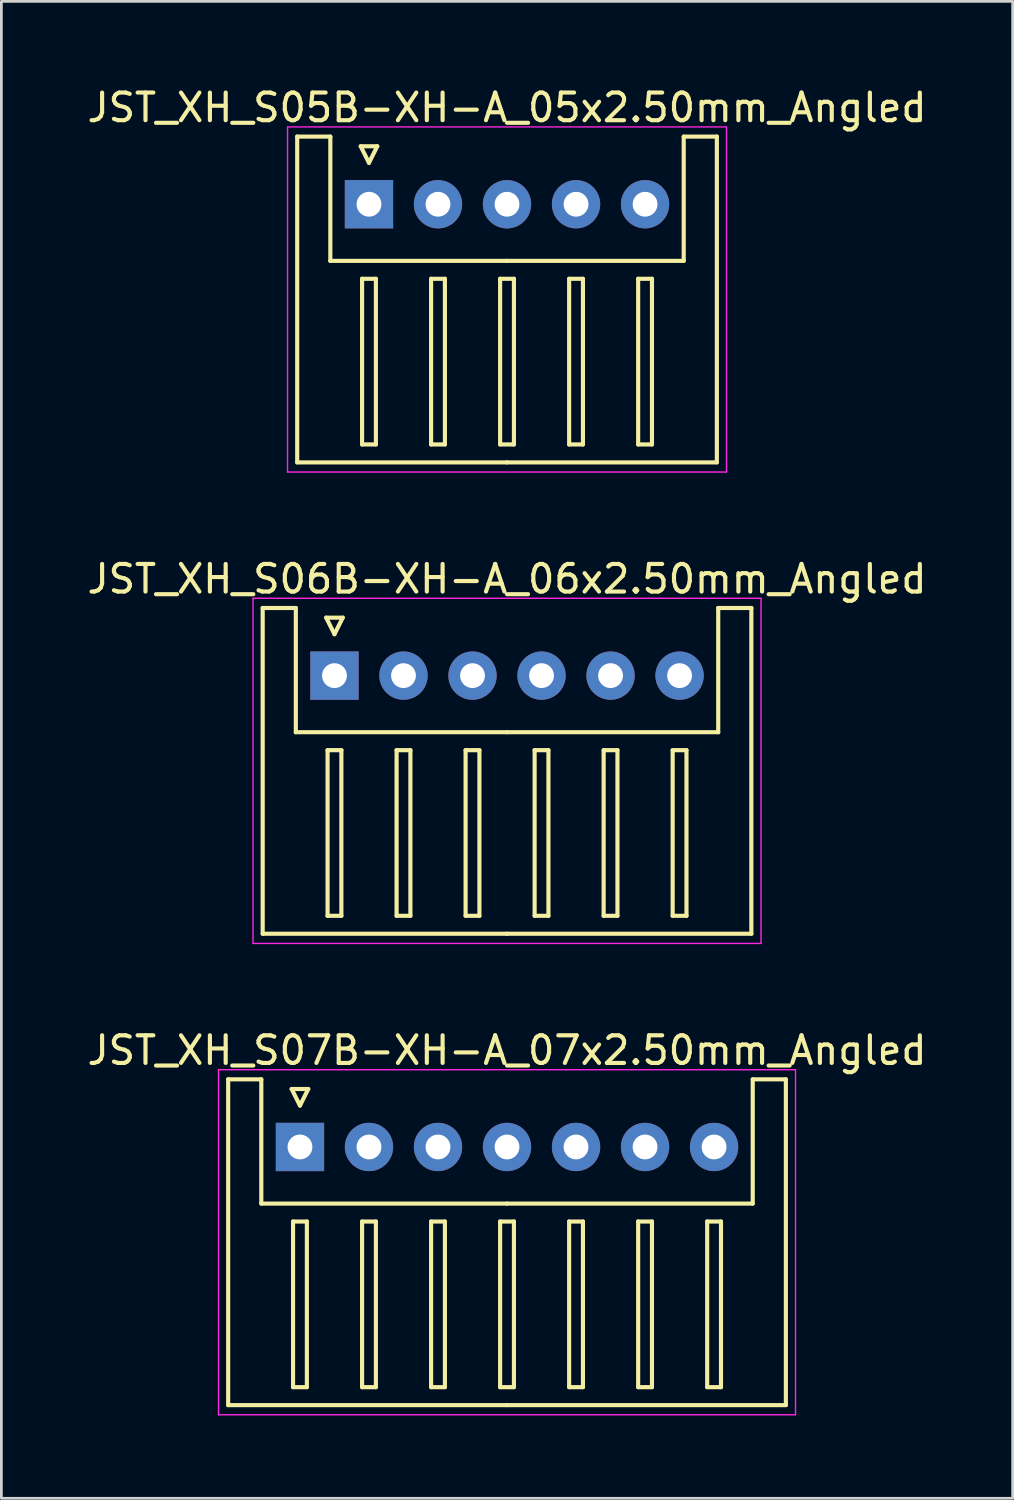
<source format=kicad_pcb>
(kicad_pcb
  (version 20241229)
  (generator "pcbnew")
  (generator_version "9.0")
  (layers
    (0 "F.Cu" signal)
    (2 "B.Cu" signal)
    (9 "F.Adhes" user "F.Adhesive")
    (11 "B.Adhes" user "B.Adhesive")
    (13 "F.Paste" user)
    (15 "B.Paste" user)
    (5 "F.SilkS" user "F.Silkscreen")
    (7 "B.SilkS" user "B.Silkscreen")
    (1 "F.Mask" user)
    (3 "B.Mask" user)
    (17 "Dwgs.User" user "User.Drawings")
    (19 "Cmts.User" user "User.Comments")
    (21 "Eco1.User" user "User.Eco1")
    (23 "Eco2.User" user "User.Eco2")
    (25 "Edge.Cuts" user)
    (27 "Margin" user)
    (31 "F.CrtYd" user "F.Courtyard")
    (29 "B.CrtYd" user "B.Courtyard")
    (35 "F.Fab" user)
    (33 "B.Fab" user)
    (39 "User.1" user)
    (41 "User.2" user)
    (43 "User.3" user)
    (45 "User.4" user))
  (footprint "JST_XH_S06B-XH-A_06x2.50mm_Angled"
    (layer "F.Cu")
    (at 9.065 21.422)
    (property "Reference" "JST_XH_S06B-XH-A_06x2.50mm_Angled" (at 6.25 -3.5 0) (layer "F.SilkS") (effects (font (size 1 1) (thickness 0.15))))
    (attr through_hole)
    (fp_line (start -2.6 -2.45) (end -1.4 -2.45) (stroke (width 0.15) (type solid)) (layer "F.SilkS"))
    (fp_line (start -2.6 9.35) (end -2.6 -2.45) (stroke (width 0.15) (type solid)) (layer "F.SilkS"))
    (fp_line (start -1.4 -2.45) (end -1.4 2.05) (stroke (width 0.15) (type solid)) (layer "F.SilkS"))
    (fp_line (start -1.4 2.05) (end 6.25 2.05) (stroke (width 0.15) (type solid)) (layer "F.SilkS"))
    (fp_line (start -0.3 -2.1) (end 0.3 -2.1) (stroke (width 0.15) (type solid)) (layer "F.SilkS"))
    (fp_line (start -0.25 2.7) (end -0.25 8.7) (stroke (width 0.15) (type solid)) (layer "F.SilkS"))
    (fp_line (start -0.25 8.7) (end 0.25 8.7) (stroke (width 0.15) (type solid)) (layer "F.SilkS"))
    (fp_line (start 0 -1.5) (end -0.3 -2.1) (stroke (width 0.15) (type solid)) (layer "F.SilkS"))
    (fp_line (start 0.25 2.7) (end -0.25 2.7) (stroke (width 0.15) (type solid)) (layer "F.SilkS"))
    (fp_line (start 0.25 8.7) (end 0.25 2.7) (stroke (width 0.15) (type solid)) (layer "F.SilkS"))
    (fp_line (start 0.3 -2.1) (end 0 -1.5) (stroke (width 0.15) (type solid)) (layer "F.SilkS"))
    (fp_line (start 2.25 2.7) (end 2.25 8.7) (stroke (width 0.15) (type solid)) (layer "F.SilkS"))
    (fp_line (start 2.25 8.7) (end 2.75 8.7) (stroke (width 0.15) (type solid)) (layer "F.SilkS"))
    (fp_line (start 2.75 2.7) (end 2.25 2.7) (stroke (width 0.15) (type solid)) (layer "F.SilkS"))
    (fp_line (start 2.75 8.7) (end 2.75 2.7) (stroke (width 0.15) (type solid)) (layer "F.SilkS"))
    (fp_line (start 4.75 2.7) (end 4.75 8.7) (stroke (width 0.15) (type solid)) (layer "F.SilkS"))
    (fp_line (start 4.75 8.7) (end 5.25 8.7) (stroke (width 0.15) (type solid)) (layer "F.SilkS"))
    (fp_line (start 5.25 2.7) (end 4.75 2.7) (stroke (width 0.15) (type solid)) (layer "F.SilkS"))
    (fp_line (start 5.25 8.7) (end 5.25 2.7) (stroke (width 0.15) (type solid)) (layer "F.SilkS"))
    (fp_line (start 6.25 9.35) (end -2.6 9.35) (stroke (width 0.15) (type solid)) (layer "F.SilkS"))
    (fp_line (start 6.25 9.35) (end 15.1 9.35) (stroke (width 0.15) (type solid)) (layer "F.SilkS"))
    (fp_line (start 7.25 2.7) (end 7.25 8.7) (stroke (width 0.15) (type solid)) (layer "F.SilkS"))
    (fp_line (start 7.25 8.7) (end 7.75 8.7) (stroke (width 0.15) (type solid)) (layer "F.SilkS"))
    (fp_line (start 7.75 2.7) (end 7.25 2.7) (stroke (width 0.15) (type solid)) (layer "F.SilkS"))
    (fp_line (start 7.75 8.7) (end 7.75 2.7) (stroke (width 0.15) (type solid)) (layer "F.SilkS"))
    (fp_line (start 9.75 2.7) (end 9.75 8.7) (stroke (width 0.15) (type solid)) (layer "F.SilkS"))
    (fp_line (start 9.75 8.7) (end 10.25 8.7) (stroke (width 0.15) (type solid)) (layer "F.SilkS"))
    (fp_line (start 10.25 2.7) (end 9.75 2.7) (stroke (width 0.15) (type solid)) (layer "F.SilkS"))
    (fp_line (start 10.25 8.7) (end 10.25 2.7) (stroke (width 0.15) (type solid)) (layer "F.SilkS"))
    (fp_line (start 12.25 2.7) (end 12.25 8.7) (stroke (width 0.15) (type solid)) (layer "F.SilkS"))
    (fp_line (start 12.25 8.7) (end 12.75 8.7) (stroke (width 0.15) (type solid)) (layer "F.SilkS"))
    (fp_line (start 12.75 2.7) (end 12.25 2.7) (stroke (width 0.15) (type solid)) (layer "F.SilkS"))
    (fp_line (start 12.75 8.7) (end 12.75 2.7) (stroke (width 0.15) (type solid)) (layer "F.SilkS"))
    (fp_line (start 13.9 -2.45) (end 13.9 2.05) (stroke (width 0.15) (type solid)) (layer "F.SilkS"))
    (fp_line (start 13.9 2.05) (end 6.25 2.05) (stroke (width 0.15) (type solid)) (layer "F.SilkS"))
    (fp_line (start 15.1 -2.45) (end 13.9 -2.45) (stroke (width 0.15) (type solid)) (layer "F.SilkS"))
    (fp_line (start 15.1 9.35) (end 15.1 -2.45) (stroke (width 0.15) (type solid)) (layer "F.SilkS"))
    (fp_line (start -2.95 -2.8) (end -2.95 9.7) (stroke (width 0.05) (type solid)) (layer "F.CrtYd"))
    (fp_line (start -2.95 9.7) (end 15.45 9.7) (stroke (width 0.05) (type solid)) (layer "F.CrtYd"))
    (fp_line (start 15.45 -2.8) (end -2.95 -2.8) (stroke (width 0.05) (type solid)) (layer "F.CrtYd"))
    (fp_line (start 15.45 9.7) (end 15.45 -2.8) (stroke (width 0.05) (type solid)) (layer "F.CrtYd"))
    (pad "1" thru_hole rect (at 0 0) (size 1.75 1.75) (drill 0.9) (layers "*.Cu" "*.Mask"))
    (pad "2" thru_hole circle (at 2.5 0) (size 1.75 1.75) (drill 0.9) (layers "*.Cu" "*.Mask"))
    (pad "3" thru_hole circle (at 5 0) (size 1.75 1.75) (drill 0.9) (layers "*.Cu" "*.Mask"))
    (pad "4" thru_hole circle (at 7.5 0) (size 1.75 1.75) (drill 0.9) (layers "*.Cu" "*.Mask"))
    (pad "5" thru_hole circle (at 10 0) (size 1.75 1.75) (drill 0.9) (layers "*.Cu" "*.Mask"))
    (pad "6" thru_hole circle (at 12.5 0) (size 1.75 1.75) (drill 0.9) (layers "*.Cu" "*.Mask")))
  (footprint "JST_XH_S05B-XH-A_05x2.50mm_Angled"
    (layer "F.Cu")
    (at 10.315 4.348)
    (property "Reference" "JST_XH_S05B-XH-A_05x2.50mm_Angled" (at 5 -3.5 0) (layer "F.SilkS") (effects (font (size 1 1) (thickness 0.15))))
    (attr through_hole)
    (fp_line (start -2.6 -2.45) (end -1.4 -2.45) (stroke (width 0.15) (type solid)) (layer "F.SilkS"))
    (fp_line (start -2.6 9.35) (end -2.6 -2.45) (stroke (width 0.15) (type solid)) (layer "F.SilkS"))
    (fp_line (start -1.4 -2.45) (end -1.4 2.05) (stroke (width 0.15) (type solid)) (layer "F.SilkS"))
    (fp_line (start -1.4 2.05) (end 5 2.05) (stroke (width 0.15) (type solid)) (layer "F.SilkS"))
    (fp_line (start -0.3 -2.1) (end 0.3 -2.1) (stroke (width 0.15) (type solid)) (layer "F.SilkS"))
    (fp_line (start -0.25 2.7) (end -0.25 8.7) (stroke (width 0.15) (type solid)) (layer "F.SilkS"))
    (fp_line (start -0.25 8.7) (end 0.25 8.7) (stroke (width 0.15) (type solid)) (layer "F.SilkS"))
    (fp_line (start 0 -1.5) (end -0.3 -2.1) (stroke (width 0.15) (type solid)) (layer "F.SilkS"))
    (fp_line (start 0.25 2.7) (end -0.25 2.7) (stroke (width 0.15) (type solid)) (layer "F.SilkS"))
    (fp_line (start 0.25 8.7) (end 0.25 2.7) (stroke (width 0.15) (type solid)) (layer "F.SilkS"))
    (fp_line (start 0.3 -2.1) (end 0 -1.5) (stroke (width 0.15) (type solid)) (layer "F.SilkS"))
    (fp_line (start 2.25 2.7) (end 2.25 8.7) (stroke (width 0.15) (type solid)) (layer "F.SilkS"))
    (fp_line (start 2.25 8.7) (end 2.75 8.7) (stroke (width 0.15) (type solid)) (layer "F.SilkS"))
    (fp_line (start 2.75 2.7) (end 2.25 2.7) (stroke (width 0.15) (type solid)) (layer "F.SilkS"))
    (fp_line (start 2.75 8.7) (end 2.75 2.7) (stroke (width 0.15) (type solid)) (layer "F.SilkS"))
    (fp_line (start 4.75 2.7) (end 4.75 8.7) (stroke (width 0.15) (type solid)) (layer "F.SilkS"))
    (fp_line (start 4.75 8.7) (end 5.25 8.7) (stroke (width 0.15) (type solid)) (layer "F.SilkS"))
    (fp_line (start 5 9.35) (end -2.6 9.35) (stroke (width 0.15) (type solid)) (layer "F.SilkS"))
    (fp_line (start 5 9.35) (end 12.6 9.35) (stroke (width 0.15) (type solid)) (layer "F.SilkS"))
    (fp_line (start 5.25 2.7) (end 4.75 2.7) (stroke (width 0.15) (type solid)) (layer "F.SilkS"))
    (fp_line (start 5.25 8.7) (end 5.25 2.7) (stroke (width 0.15) (type solid)) (layer "F.SilkS"))
    (fp_line (start 7.25 2.7) (end 7.25 8.7) (stroke (width 0.15) (type solid)) (layer "F.SilkS"))
    (fp_line (start 7.25 8.7) (end 7.75 8.7) (stroke (width 0.15) (type solid)) (layer "F.SilkS"))
    (fp_line (start 7.75 2.7) (end 7.25 2.7) (stroke (width 0.15) (type solid)) (layer "F.SilkS"))
    (fp_line (start 7.75 8.7) (end 7.75 2.7) (stroke (width 0.15) (type solid)) (layer "F.SilkS"))
    (fp_line (start 9.75 2.7) (end 9.75 8.7) (stroke (width 0.15) (type solid)) (layer "F.SilkS"))
    (fp_line (start 9.75 8.7) (end 10.25 8.7) (stroke (width 0.15) (type solid)) (layer "F.SilkS"))
    (fp_line (start 10.25 2.7) (end 9.75 2.7) (stroke (width 0.15) (type solid)) (layer "F.SilkS"))
    (fp_line (start 10.25 8.7) (end 10.25 2.7) (stroke (width 0.15) (type solid)) (layer "F.SilkS"))
    (fp_line (start 11.4 -2.45) (end 11.4 2.05) (stroke (width 0.15) (type solid)) (layer "F.SilkS"))
    (fp_line (start 11.4 2.05) (end 5 2.05) (stroke (width 0.15) (type solid)) (layer "F.SilkS"))
    (fp_line (start 12.6 -2.45) (end 11.4 -2.45) (stroke (width 0.15) (type solid)) (layer "F.SilkS"))
    (fp_line (start 12.6 9.35) (end 12.6 -2.45) (stroke (width 0.15) (type solid)) (layer "F.SilkS"))
    (fp_line (start -2.95 -2.8) (end -2.95 9.7) (stroke (width 0.05) (type solid)) (layer "F.CrtYd"))
    (fp_line (start -2.95 9.7) (end 12.95 9.7) (stroke (width 0.05) (type solid)) (layer "F.CrtYd"))
    (fp_line (start 12.95 -2.8) (end -2.95 -2.8) (stroke (width 0.05) (type solid)) (layer "F.CrtYd"))
    (fp_line (start 12.95 9.7) (end 12.95 -2.8) (stroke (width 0.05) (type solid)) (layer "F.CrtYd"))
    (pad "1" thru_hole rect (at 0 0) (size 1.75 1.75) (drill 0.9) (layers "*.Cu" "*.Mask"))
    (pad "2" thru_hole circle (at 2.5 0) (size 1.75 1.75) (drill 0.9) (layers "*.Cu" "*.Mask"))
    (pad "3" thru_hole circle (at 5 0) (size 1.75 1.75) (drill 0.9) (layers "*.Cu" "*.Mask"))
    (pad "4" thru_hole circle (at 7.5 0) (size 1.75 1.75) (drill 0.9) (layers "*.Cu" "*.Mask"))
    (pad "5" thru_hole circle (at 10 0) (size 1.75 1.75) (drill 0.9) (layers "*.Cu" "*.Mask")))
  (footprint "JST_XH_S07B-XH-A_07x2.50mm_Angled"
    (layer "F.Cu")
    (at 7.815 38.495)
    (property "Reference" "JST_XH_S07B-XH-A_07x2.50mm_Angled" (at 7.5 -3.5 0) (layer "F.SilkS") (effects (font (size 1 1) (thickness 0.15))))
    (attr through_hole)
    (fp_line (start -2.6 -2.45) (end -1.4 -2.45) (stroke (width 0.15) (type solid)) (layer "F.SilkS"))
    (fp_line (start -2.6 9.35) (end -2.6 -2.45) (stroke (width 0.15) (type solid)) (layer "F.SilkS"))
    (fp_line (start -1.4 -2.45) (end -1.4 2.05) (stroke (width 0.15) (type solid)) (layer "F.SilkS"))
    (fp_line (start -1.4 2.05) (end 7.5 2.05) (stroke (width 0.15) (type solid)) (layer "F.SilkS"))
    (fp_line (start -0.3 -2.1) (end 0.3 -2.1) (stroke (width 0.15) (type solid)) (layer "F.SilkS"))
    (fp_line (start -0.25 2.7) (end -0.25 8.7) (stroke (width 0.15) (type solid)) (layer "F.SilkS"))
    (fp_line (start -0.25 8.7) (end 0.25 8.7) (stroke (width 0.15) (type solid)) (layer "F.SilkS"))
    (fp_line (start 0 -1.5) (end -0.3 -2.1) (stroke (width 0.15) (type solid)) (layer "F.SilkS"))
    (fp_line (start 0.25 2.7) (end -0.25 2.7) (stroke (width 0.15) (type solid)) (layer "F.SilkS"))
    (fp_line (start 0.25 8.7) (end 0.25 2.7) (stroke (width 0.15) (type solid)) (layer "F.SilkS"))
    (fp_line (start 0.3 -2.1) (end 0 -1.5) (stroke (width 0.15) (type solid)) (layer "F.SilkS"))
    (fp_line (start 2.25 2.7) (end 2.25 8.7) (stroke (width 0.15) (type solid)) (layer "F.SilkS"))
    (fp_line (start 2.25 8.7) (end 2.75 8.7) (stroke (width 0.15) (type solid)) (layer "F.SilkS"))
    (fp_line (start 2.75 2.7) (end 2.25 2.7) (stroke (width 0.15) (type solid)) (layer "F.SilkS"))
    (fp_line (start 2.75 8.7) (end 2.75 2.7) (stroke (width 0.15) (type solid)) (layer "F.SilkS"))
    (fp_line (start 4.75 2.7) (end 4.75 8.7) (stroke (width 0.15) (type solid)) (layer "F.SilkS"))
    (fp_line (start 4.75 8.7) (end 5.25 8.7) (stroke (width 0.15) (type solid)) (layer "F.SilkS"))
    (fp_line (start 5.25 2.7) (end 4.75 2.7) (stroke (width 0.15) (type solid)) (layer "F.SilkS"))
    (fp_line (start 5.25 8.7) (end 5.25 2.7) (stroke (width 0.15) (type solid)) (layer "F.SilkS"))
    (fp_line (start 7.25 2.7) (end 7.25 8.7) (stroke (width 0.15) (type solid)) (layer "F.SilkS"))
    (fp_line (start 7.25 8.7) (end 7.75 8.7) (stroke (width 0.15) (type solid)) (layer "F.SilkS"))
    (fp_line (start 7.5 9.35) (end -2.6 9.35) (stroke (width 0.15) (type solid)) (layer "F.SilkS"))
    (fp_line (start 7.5 9.35) (end 17.6 9.35) (stroke (width 0.15) (type solid)) (layer "F.SilkS"))
    (fp_line (start 7.75 2.7) (end 7.25 2.7) (stroke (width 0.15) (type solid)) (layer "F.SilkS"))
    (fp_line (start 7.75 8.7) (end 7.75 2.7) (stroke (width 0.15) (type solid)) (layer "F.SilkS"))
    (fp_line (start 9.75 2.7) (end 9.75 8.7) (stroke (width 0.15) (type solid)) (layer "F.SilkS"))
    (fp_line (start 9.75 8.7) (end 10.25 8.7) (stroke (width 0.15) (type solid)) (layer "F.SilkS"))
    (fp_line (start 10.25 2.7) (end 9.75 2.7) (stroke (width 0.15) (type solid)) (layer "F.SilkS"))
    (fp_line (start 10.25 8.7) (end 10.25 2.7) (stroke (width 0.15) (type solid)) (layer "F.SilkS"))
    (fp_line (start 12.25 2.7) (end 12.25 8.7) (stroke (width 0.15) (type solid)) (layer "F.SilkS"))
    (fp_line (start 12.25 8.7) (end 12.75 8.7) (stroke (width 0.15) (type solid)) (layer "F.SilkS"))
    (fp_line (start 12.75 2.7) (end 12.25 2.7) (stroke (width 0.15) (type solid)) (layer "F.SilkS"))
    (fp_line (start 12.75 8.7) (end 12.75 2.7) (stroke (width 0.15) (type solid)) (layer "F.SilkS"))
    (fp_line (start 14.75 2.7) (end 14.75 8.7) (stroke (width 0.15) (type solid)) (layer "F.SilkS"))
    (fp_line (start 14.75 8.7) (end 15.25 8.7) (stroke (width 0.15) (type solid)) (layer "F.SilkS"))
    (fp_line (start 15.25 2.7) (end 14.75 2.7) (stroke (width 0.15) (type solid)) (layer "F.SilkS"))
    (fp_line (start 15.25 8.7) (end 15.25 2.7) (stroke (width 0.15) (type solid)) (layer "F.SilkS"))
    (fp_line (start 16.4 -2.45) (end 16.4 2.05) (stroke (width 0.15) (type solid)) (layer "F.SilkS"))
    (fp_line (start 16.4 2.05) (end 7.5 2.05) (stroke (width 0.15) (type solid)) (layer "F.SilkS"))
    (fp_line (start 17.6 -2.45) (end 16.4 -2.45) (stroke (width 0.15) (type solid)) (layer "F.SilkS"))
    (fp_line (start 17.6 9.35) (end 17.6 -2.45) (stroke (width 0.15) (type solid)) (layer "F.SilkS"))
    (fp_line (start -2.95 -2.8) (end -2.95 9.7) (stroke (width 0.05) (type solid)) (layer "F.CrtYd"))
    (fp_line (start -2.95 9.7) (end 17.95 9.7) (stroke (width 0.05) (type solid)) (layer "F.CrtYd"))
    (fp_line (start 17.95 -2.8) (end -2.95 -2.8) (stroke (width 0.05) (type solid)) (layer "F.CrtYd"))
    (fp_line (start 17.95 9.7) (end 17.95 -2.8) (stroke (width 0.05) (type solid)) (layer "F.CrtYd"))
    (pad "1" thru_hole rect (at 0 0) (size 1.75 1.75) (drill 0.9) (layers "*.Cu" "*.Mask"))
    (pad "2" thru_hole circle (at 2.5 0) (size 1.75 1.75) (drill 0.9) (layers "*.Cu" "*.Mask"))
    (pad "3" thru_hole circle (at 5 0) (size 1.75 1.75) (drill 0.9) (layers "*.Cu" "*.Mask"))
    (pad "4" thru_hole circle (at 7.5 0) (size 1.75 1.75) (drill 0.9) (layers "*.Cu" "*.Mask"))
    (pad "5" thru_hole circle (at 10 0) (size 1.75 1.75) (drill 0.9) (layers "*.Cu" "*.Mask"))
    (pad "6" thru_hole circle (at 12.5 0) (size 1.75 1.75) (drill 0.9) (layers "*.Cu" "*.Mask"))
    (pad "7" thru_hole circle (at 15 0) (size 1.75 1.75) (drill 0.9) (layers "*.Cu" "*.Mask")))
  (gr_rect
    (start -3 -3)
    (end 33.631 51.22)
    (stroke (width 0.1) (type default))
    (fill no)
    (layer "Edge.Cuts")))
</source>
